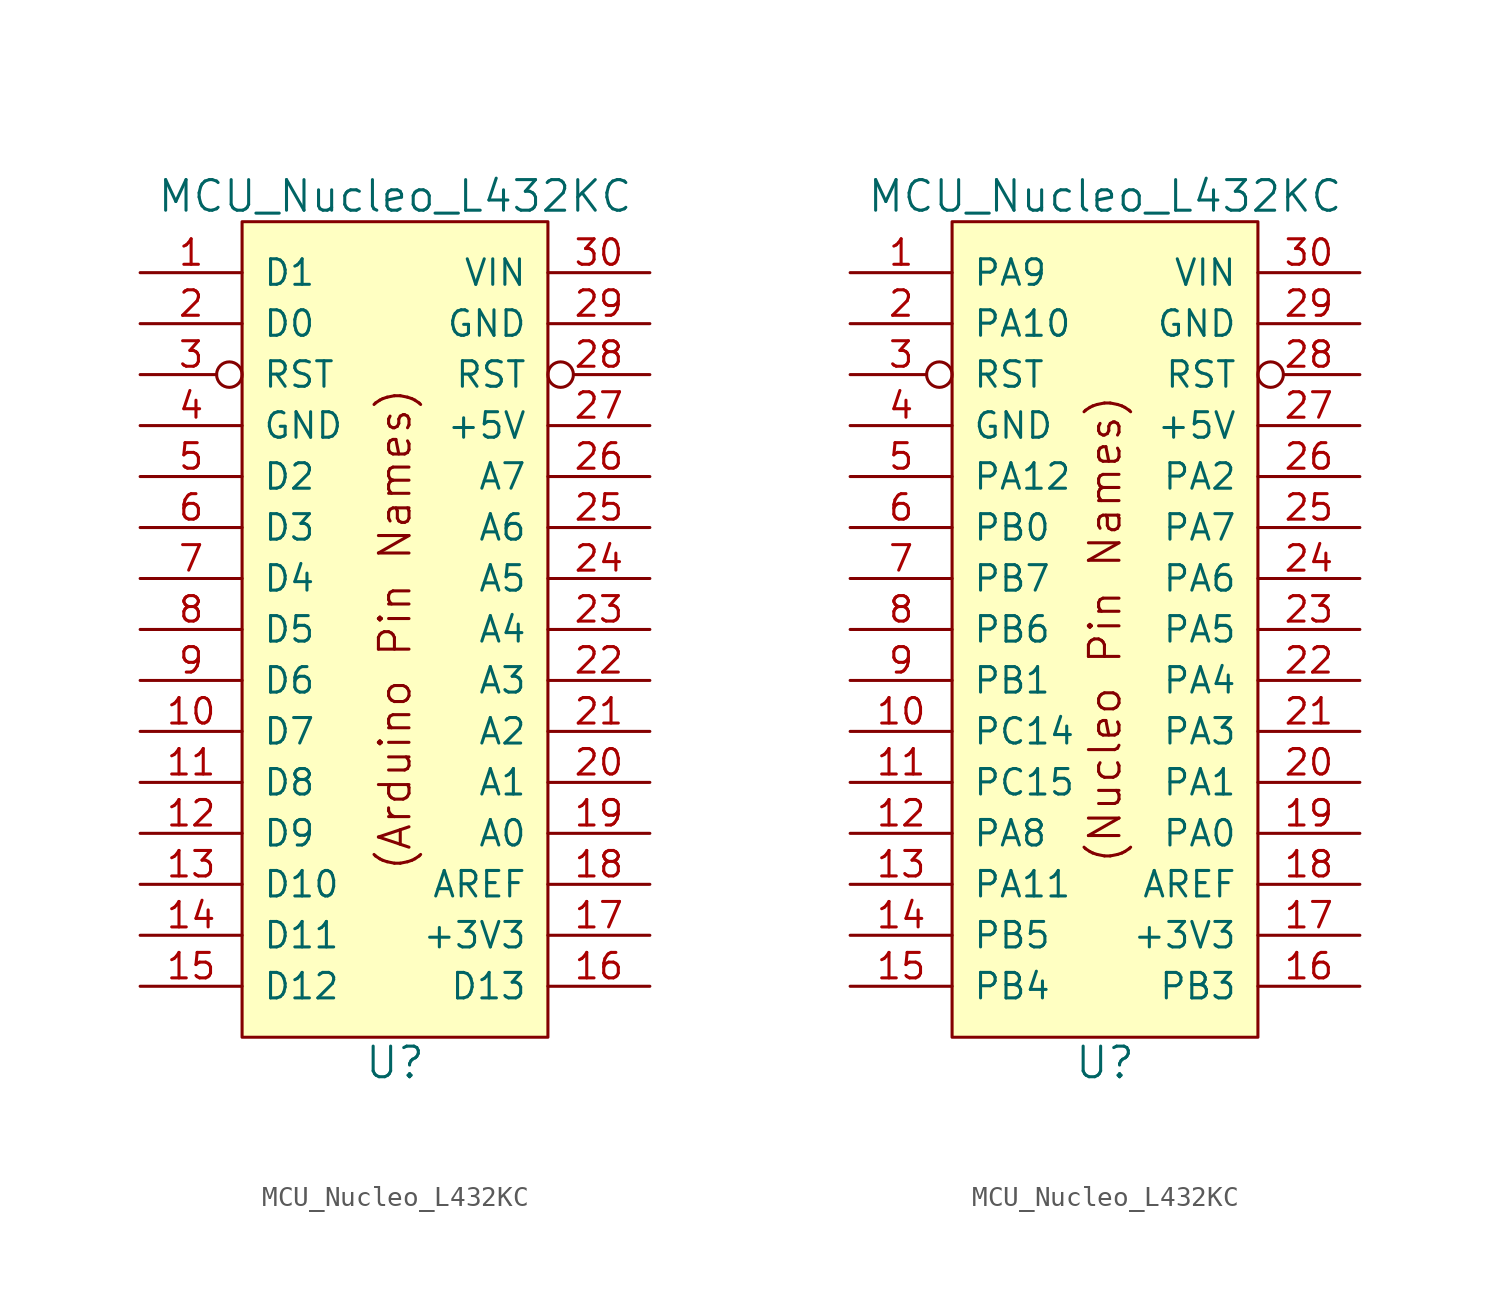
<source format=kicad_sym>
(kicad_symbol_lib
  (version 20211014)
  (generator kicad_symbol_editor)
  (symbol "MCU_Nucleo_L432KC"
    (pin_names
      (offset 1.016))
    (property "Reference" "U"
      (at 0 -21.59 0)
      (effects (font (size 1.524 1.524))))
    (property "Value" "MCU_Nucleo_L432KC"
      (at 0 21.59 0)
      (effects (font (size 1.524 1.524))))
    (symbol "MCU_Nucleo_L432KC_0_0"
      (rectangle (start -7.62 20.32) (end 7.62 -20.32) (stroke (width 0) (type default) (color 0 0 0 0)) (fill (type background))))
    (symbol "MCU_Nucleo_L432KC_0_1"
      (text "(Arduino Pin Names)" (at 0 0 900) (effects (font (size 1.524 1.524)))))
    (symbol "MCU_Nucleo_L432KC_0_2"
      (text "(Nucleo Pin Names)" (at 0 0 900) (effects (font (size 1.524 1.524)))))
    (symbol "MCU_Nucleo_L432KC_1_1"
      (pin bidirectional line (at -12.7 17.78 0) (length 5.08) (name "D1" (effects (font (size 1.27 1.27)))) (number "1" (effects (font (size 1.27 1.27)))))
      (pin bidirectional line (at -12.7 -5.08 0) (length 5.08) (name "D7" (effects (font (size 1.27 1.27)))) (number "10" (effects (font (size 1.27 1.27)))))
      (pin bidirectional line (at -12.7 -7.62 0) (length 5.08) (name "D8" (effects (font (size 1.27 1.27)))) (number "11" (effects (font (size 1.27 1.27)))))
      (pin bidirectional line (at -12.7 -10.16 0) (length 5.08) (name "D9" (effects (font (size 1.27 1.27)))) (number "12" (effects (font (size 1.27 1.27)))))
      (pin bidirectional line (at -12.7 -12.7 0) (length 5.08) (name "D10" (effects (font (size 1.27 1.27)))) (number "13" (effects (font (size 1.27 1.27)))))
      (pin bidirectional line (at -12.7 -15.24 0) (length 5.08) (name "D11" (effects (font (size 1.27 1.27)))) (number "14" (effects (font (size 1.27 1.27)))))
      (pin bidirectional line (at -12.7 -17.78 0) (length 5.08) (name "D12" (effects (font (size 1.27 1.27)))) (number "15" (effects (font (size 1.27 1.27)))))
      (pin bidirectional line (at 12.7 -17.78 180) (length 5.08) (name "D13" (effects (font (size 1.27 1.27)))) (number "16" (effects (font (size 1.27 1.27)))))
      (pin power_out line (at 12.7 -15.24 180) (length 5.08) (name "+3V3" (effects (font (size 1.27 1.27)))) (number "17" (effects (font (size 1.27 1.27)))))
      (pin input line (at 12.7 -12.7 180) (length 5.08) (name "AREF" (effects (font (size 1.27 1.27)))) (number "18" (effects (font (size 1.27 1.27)))))
      (pin bidirectional line (at 12.7 -10.16 180) (length 5.08) (name "A0" (effects (font (size 1.27 1.27)))) (number "19" (effects (font (size 1.27 1.27)))))
      (pin bidirectional line (at -12.7 15.24 0) (length 5.08) (name "D0" (effects (font (size 1.27 1.27)))) (number "2" (effects (font (size 1.27 1.27)))))
      (pin bidirectional line (at 12.7 -7.62 180) (length 5.08) (name "A1" (effects (font (size 1.27 1.27)))) (number "20" (effects (font (size 1.27 1.27)))))
      (pin bidirectional line (at 12.7 -5.08 180) (length 5.08) (name "A2" (effects (font (size 1.27 1.27)))) (number "21" (effects (font (size 1.27 1.27)))))
      (pin bidirectional line (at 12.7 -2.54 180) (length 5.08) (name "A3" (effects (font (size 1.27 1.27)))) (number "22" (effects (font (size 1.27 1.27)))))
      (pin bidirectional line (at 12.7 0 180) (length 5.08) (name "A4" (effects (font (size 1.27 1.27)))) (number "23" (effects (font (size 1.27 1.27)))))
      (pin bidirectional line (at 12.7 2.54 180) (length 5.08) (name "A5" (effects (font (size 1.27 1.27)))) (number "24" (effects (font (size 1.27 1.27)))))
      (pin bidirectional line (at 12.7 5.08 180) (length 5.08) (name "A6" (effects (font (size 1.27 1.27)))) (number "25" (effects (font (size 1.27 1.27)))))
      (pin bidirectional line (at 12.7 7.62 180) (length 5.08) (name "A7" (effects (font (size 1.27 1.27)))) (number "26" (effects (font (size 1.27 1.27)))))
      (pin power_out line (at 12.7 10.16 180) (length 5.08) (name "+5V" (effects (font (size 1.27 1.27)))) (number "27" (effects (font (size 1.27 1.27)))))
      (pin input inverted (at 12.7 12.7 180) (length 5.08) (name "RST" (effects (font (size 1.27 1.27)))) (number "28" (effects (font (size 1.27 1.27)))))
      (pin power_out line (at 12.7 15.24 180) (length 5.08) (name "GND" (effects (font (size 1.27 1.27)))) (number "29" (effects (font (size 1.27 1.27)))))
      (pin input inverted (at -12.7 12.7 0) (length 5.08) (name "RST" (effects (font (size 1.27 1.27)))) (number "3" (effects (font (size 1.27 1.27)))))
      (pin power_out line (at 12.7 17.78 180) (length 5.08) (name "VIN" (effects (font (size 1.27 1.27)))) (number "30" (effects (font (size 1.27 1.27)))))
      (pin power_in line (at -12.7 10.16 0) (length 5.08) (name "GND" (effects (font (size 1.27 1.27)))) (number "4" (effects (font (size 1.27 1.27)))))
      (pin bidirectional line (at -12.7 7.62 0) (length 5.08) (name "D2" (effects (font (size 1.27 1.27)))) (number "5" (effects (font (size 1.27 1.27)))))
      (pin bidirectional line (at -12.7 5.08 0) (length 5.08) (name "D3" (effects (font (size 1.27 1.27)))) (number "6" (effects (font (size 1.27 1.27)))))
      (pin bidirectional line (at -12.7 2.54 0) (length 5.08) (name "D4" (effects (font (size 1.27 1.27)))) (number "7" (effects (font (size 1.27 1.27)))))
      (pin bidirectional line (at -12.7 0 0) (length 5.08) (name "D5" (effects (font (size 1.27 1.27)))) (number "8" (effects (font (size 1.27 1.27)))))
      (pin bidirectional line (at -12.7 -2.54 0) (length 5.08) (name "D6" (effects (font (size 1.27 1.27)))) (number "9" (effects (font (size 1.27 1.27))))))
    (symbol "MCU_Nucleo_L432KC_1_2"
      (pin bidirectional line (at -12.7 17.78 0) (length 5.08) (name "PA9" (effects (font (size 1.27 1.27)))) (number "1" (effects (font (size 1.27 1.27)))))
      (pin bidirectional line (at -12.7 -5.08 0) (length 5.08) (name "PC14" (effects (font (size 1.27 1.27)))) (number "10" (effects (font (size 1.27 1.27)))))
      (pin bidirectional line (at -12.7 -7.62 0) (length 5.08) (name "PC15" (effects (font (size 1.27 1.27)))) (number "11" (effects (font (size 1.27 1.27)))))
      (pin bidirectional line (at -12.7 -10.16 0) (length 5.08) (name "PA8" (effects (font (size 1.27 1.27)))) (number "12" (effects (font (size 1.27 1.27)))))
      (pin bidirectional line (at -12.7 -12.7 0) (length 5.08) (name "PA11" (effects (font (size 1.27 1.27)))) (number "13" (effects (font (size 1.27 1.27)))))
      (pin bidirectional line (at -12.7 -15.24 0) (length 5.08) (name "PB5" (effects (font (size 1.27 1.27)))) (number "14" (effects (font (size 1.27 1.27)))))
      (pin bidirectional line (at -12.7 -17.78 0) (length 5.08) (name "PB4" (effects (font (size 1.27 1.27)))) (number "15" (effects (font (size 1.27 1.27)))))
      (pin bidirectional line (at 12.7 -17.78 180) (length 5.08) (name "PB3" (effects (font (size 1.27 1.27)))) (number "16" (effects (font (size 1.27 1.27)))))
      (pin power_out line (at 12.7 -15.24 180) (length 5.08) (name "+3V3" (effects (font (size 1.27 1.27)))) (number "17" (effects (font (size 1.27 1.27)))))
      (pin input line (at 12.7 -12.7 180) (length 5.08) (name "AREF" (effects (font (size 1.27 1.27)))) (number "18" (effects (font (size 1.27 1.27)))))
      (pin bidirectional line (at 12.7 -10.16 180) (length 5.08) (name "PA0" (effects (font (size 1.27 1.27)))) (number "19" (effects (font (size 1.27 1.27)))))
      (pin bidirectional line (at -12.7 15.24 0) (length 5.08) (name "PA10" (effects (font (size 1.27 1.27)))) (number "2" (effects (font (size 1.27 1.27)))))
      (pin bidirectional line (at 12.7 -7.62 180) (length 5.08) (name "PA1" (effects (font (size 1.27 1.27)))) (number "20" (effects (font (size 1.27 1.27)))))
      (pin bidirectional line (at 12.7 -5.08 180) (length 5.08) (name "PA3" (effects (font (size 1.27 1.27)))) (number "21" (effects (font (size 1.27 1.27)))))
      (pin bidirectional line (at 12.7 -2.54 180) (length 5.08) (name "PA4" (effects (font (size 1.27 1.27)))) (number "22" (effects (font (size 1.27 1.27)))))
      (pin bidirectional line (at 12.7 0 180) (length 5.08) (name "PA5" (effects (font (size 1.27 1.27)))) (number "23" (effects (font (size 1.27 1.27)))))
      (pin bidirectional line (at 12.7 2.54 180) (length 5.08) (name "PA6" (effects (font (size 1.27 1.27)))) (number "24" (effects (font (size 1.27 1.27)))))
      (pin bidirectional line (at 12.7 5.08 180) (length 5.08) (name "PA7" (effects (font (size 1.27 1.27)))) (number "25" (effects (font (size 1.27 1.27)))))
      (pin bidirectional line (at 12.7 7.62 180) (length 5.08) (name "PA2" (effects (font (size 1.27 1.27)))) (number "26" (effects (font (size 1.27 1.27)))))
      (pin power_out line (at 12.7 10.16 180) (length 5.08) (name "+5V" (effects (font (size 1.27 1.27)))) (number "27" (effects (font (size 1.27 1.27)))))
      (pin input inverted (at 12.7 12.7 180) (length 5.08) (name "RST" (effects (font (size 1.27 1.27)))) (number "28" (effects (font (size 1.27 1.27)))))
      (pin power_in line (at 12.7 15.24 180) (length 5.08) (name "GND" (effects (font (size 1.27 1.27)))) (number "29" (effects (font (size 1.27 1.27)))))
      (pin input inverted (at -12.7 12.7 0) (length 5.08) (name "RST" (effects (font (size 1.27 1.27)))) (number "3" (effects (font (size 1.27 1.27)))))
      (pin power_in line (at 12.7 17.78 180) (length 5.08) (name "VIN" (effects (font (size 1.27 1.27)))) (number "30" (effects (font (size 1.27 1.27)))))
      (pin power_in line (at -12.7 10.16 0) (length 5.08) (name "GND" (effects (font (size 1.27 1.27)))) (number "4" (effects (font (size 1.27 1.27)))))
      (pin bidirectional line (at -12.7 7.62 0) (length 5.08) (name "PA12" (effects (font (size 1.27 1.27)))) (number "5" (effects (font (size 1.27 1.27)))))
      (pin bidirectional line (at -12.7 5.08 0) (length 5.08) (name "PB0" (effects (font (size 1.27 1.27)))) (number "6" (effects (font (size 1.27 1.27)))))
      (pin bidirectional line (at -12.7 2.54 0) (length 5.08) (name "PB7" (effects (font (size 1.27 1.27)))) (number "7" (effects (font (size 1.27 1.27)))))
      (pin bidirectional line (at -12.7 0 0) (length 5.08) (name "PB6" (effects (font (size 1.27 1.27)))) (number "8" (effects (font (size 1.27 1.27)))))
      (pin bidirectional line (at -12.7 -2.54 0) (length 5.08) (name "PB1" (effects (font (size 1.27 1.27)))) (number "9" (effects (font (size 1.27 1.27))))))))
</source>
